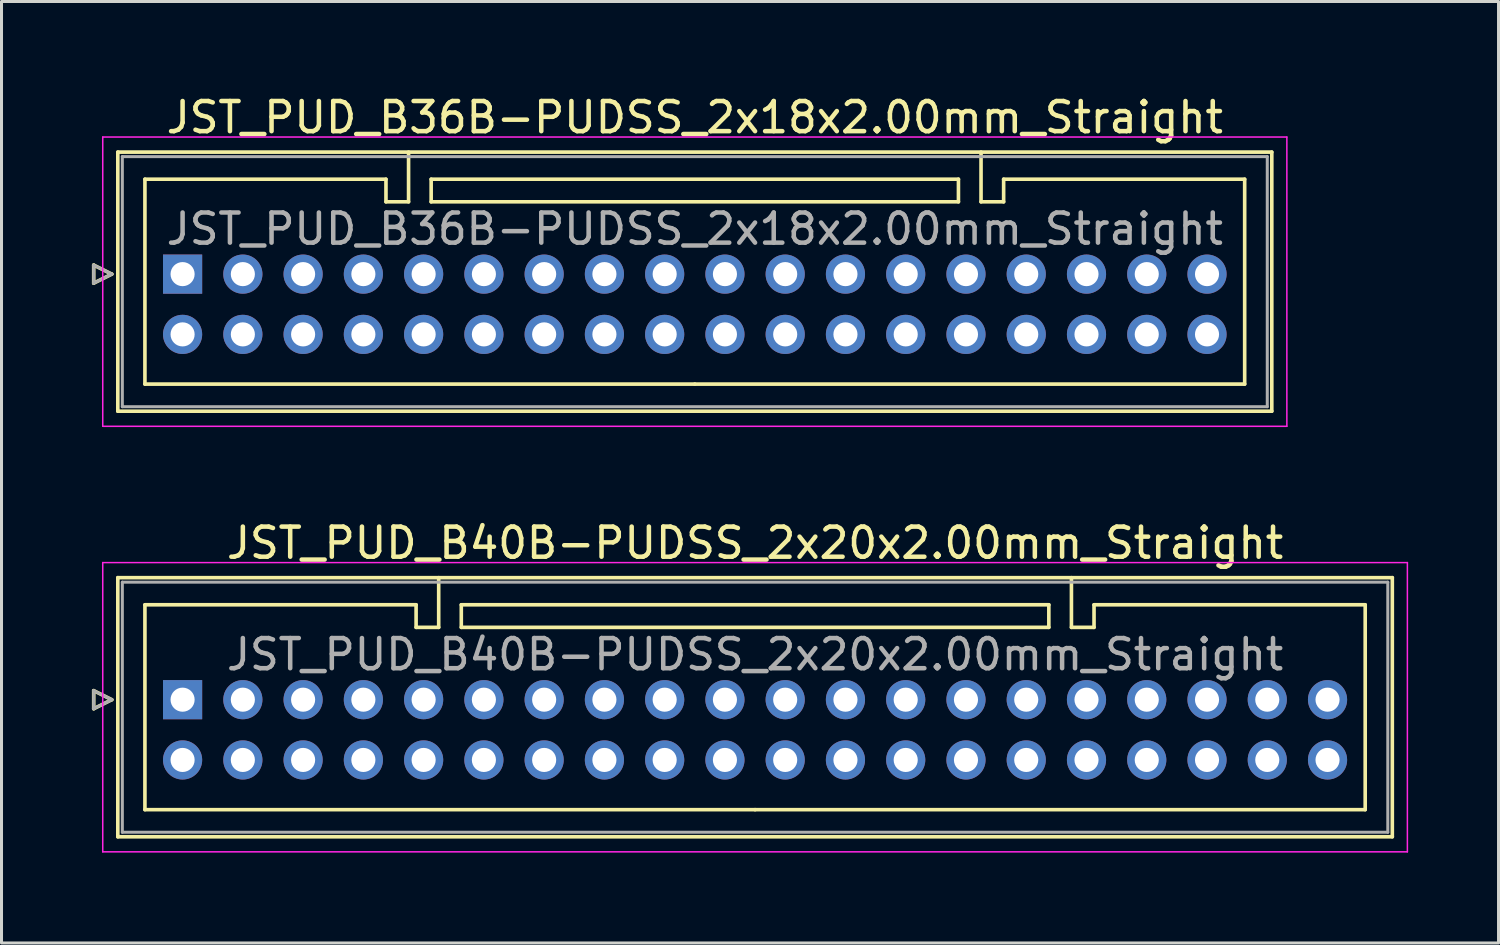
<source format=kicad_pcb>
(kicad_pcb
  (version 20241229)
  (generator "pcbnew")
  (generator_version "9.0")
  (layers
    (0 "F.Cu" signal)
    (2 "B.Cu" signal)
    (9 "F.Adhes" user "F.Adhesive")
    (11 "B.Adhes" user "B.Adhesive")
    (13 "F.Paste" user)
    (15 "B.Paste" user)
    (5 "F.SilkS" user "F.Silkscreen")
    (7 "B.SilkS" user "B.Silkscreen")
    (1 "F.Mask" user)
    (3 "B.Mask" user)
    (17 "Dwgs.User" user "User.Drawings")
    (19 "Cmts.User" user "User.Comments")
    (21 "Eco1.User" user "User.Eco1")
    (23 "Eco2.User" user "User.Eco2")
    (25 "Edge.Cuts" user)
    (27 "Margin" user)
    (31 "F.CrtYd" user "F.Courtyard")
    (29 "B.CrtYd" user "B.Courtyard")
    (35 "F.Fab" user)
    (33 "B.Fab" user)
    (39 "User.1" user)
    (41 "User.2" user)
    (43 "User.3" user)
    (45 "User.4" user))
  (footprint "JST_PUD_B40B-PUDSS_2x20x2.00mm_Straight"
    (layer "F.Cu")
    (at 3.01 20.172)
    (property "Reference" "JST_PUD_B40B-PUDSS_2x20x2.00mm_Straight" (at 19 -5.2 0) (layer "F.SilkS") (effects (font (size 1 1) (thickness 0.15))))
    (attr through_hole)
    (fp_line (start -2.95 -0.3) (end -2.35 0) (stroke (width 0.12) (type solid)) (layer "F.SilkS"))
    (fp_line (start -2.95 0.3) (end -2.95 -0.3) (stroke (width 0.12) (type solid)) (layer "F.SilkS"))
    (fp_line (start -2.35 0) (end -2.95 0.3) (stroke (width 0.12) (type solid)) (layer "F.SilkS"))
    (fp_line (start -2.15 -4.05) (end -2.15 4.55) (stroke (width 0.12) (type solid)) (layer "F.SilkS"))
    (fp_line (start -2.15 4.55) (end 40.15 4.55) (stroke (width 0.12) (type solid)) (layer "F.SilkS"))
    (fp_line (start -1.25 -3.15) (end -1.25 3.65) (stroke (width 0.12) (type solid)) (layer "F.SilkS"))
    (fp_line (start -1.25 3.65) (end 19 3.65) (stroke (width 0.12) (type solid)) (layer "F.SilkS"))
    (fp_line (start 7.75 -3.15) (end -1.25 -3.15) (stroke (width 0.12) (type solid)) (layer "F.SilkS"))
    (fp_line (start 7.75 -2.4) (end 7.75 -3.15) (stroke (width 0.12) (type solid)) (layer "F.SilkS"))
    (fp_line (start 8.5 -4.05) (end 8.5 -2.4) (stroke (width 0.12) (type solid)) (layer "F.SilkS"))
    (fp_line (start 8.5 -2.4) (end 7.75 -2.4) (stroke (width 0.12) (type solid)) (layer "F.SilkS"))
    (fp_line (start 9.25 -3.15) (end 9.25 -2.4) (stroke (width 0.12) (type solid)) (layer "F.SilkS"))
    (fp_line (start 9.25 -2.4) (end 28.75 -2.4) (stroke (width 0.12) (type solid)) (layer "F.SilkS"))
    (fp_line (start 28.75 -3.15) (end 9.25 -3.15) (stroke (width 0.12) (type solid)) (layer "F.SilkS"))
    (fp_line (start 28.75 -2.4) (end 28.75 -3.15) (stroke (width 0.12) (type solid)) (layer "F.SilkS"))
    (fp_line (start 29.5 -4.05) (end 29.5 -2.4) (stroke (width 0.12) (type solid)) (layer "F.SilkS"))
    (fp_line (start 29.5 -2.4) (end 30.25 -2.4) (stroke (width 0.12) (type solid)) (layer "F.SilkS"))
    (fp_line (start 30.25 -3.15) (end 39.25 -3.15) (stroke (width 0.12) (type solid)) (layer "F.SilkS"))
    (fp_line (start 30.25 -2.4) (end 30.25 -3.15) (stroke (width 0.12) (type solid)) (layer "F.SilkS"))
    (fp_line (start 39.25 -3.15) (end 39.25 3.65) (stroke (width 0.12) (type solid)) (layer "F.SilkS"))
    (fp_line (start 39.25 3.65) (end 19 3.65) (stroke (width 0.12) (type solid)) (layer "F.SilkS"))
    (fp_line (start 40.15 -4.05) (end -2.15 -4.05) (stroke (width 0.12) (type solid)) (layer "F.SilkS"))
    (fp_line (start 40.15 4.55) (end 40.15 -4.05) (stroke (width 0.12) (type solid)) (layer "F.SilkS"))
    (fp_line (start -2.65 -4.55) (end -2.65 5.05) (stroke (width 0.05) (type solid)) (layer "F.CrtYd"))
    (fp_line (start -2.65 5.05) (end 40.65 5.05) (stroke (width 0.05) (type solid)) (layer "F.CrtYd"))
    (fp_line (start 40.65 -4.55) (end -2.65 -4.55) (stroke (width 0.05) (type solid)) (layer "F.CrtYd"))
    (fp_line (start 40.65 5.05) (end 40.65 -4.55) (stroke (width 0.05) (type solid)) (layer "F.CrtYd"))
    (fp_line (start -2.95 -0.3) (end -2.35 0) (stroke (width 0.1) (type solid)) (layer "F.Fab"))
    (fp_line (start -2.95 0.3) (end -2.95 -0.3) (stroke (width 0.1) (type solid)) (layer "F.Fab"))
    (fp_line (start -2.35 0) (end -2.95 0.3) (stroke (width 0.1) (type solid)) (layer "F.Fab"))
    (fp_line (start -2 -3.9) (end -2 4.4) (stroke (width 0.1) (type solid)) (layer "F.Fab"))
    (fp_line (start -2 4.4) (end 40 4.4) (stroke (width 0.1) (type solid)) (layer "F.Fab"))
    (fp_line (start 40 -3.9) (end -2 -3.9) (stroke (width 0.1) (type solid)) (layer "F.Fab"))
    (fp_line (start 40 4.4) (end 40 -3.9) (stroke (width 0.1) (type solid)) (layer "F.Fab"))
    (fp_text user "${REFERENCE}" (at 19 -1.5 0) (layer "F.Fab") (effects (font (size 1 1) (thickness 0.15))))
    (pad "1" thru_hole rect (at 0 0) (size 1.3 1.3) (drill 0.8) (layers "*.Cu" "*.Mask"))
    (pad "2" thru_hole circle (at 0 2) (size 1.3 1.3) (drill 0.8) (layers "*.Cu" "*.Mask"))
    (pad "3" thru_hole circle (at 2 0) (size 1.3 1.3) (drill 0.8) (layers "*.Cu" "*.Mask"))
    (pad "4" thru_hole circle (at 2 2) (size 1.3 1.3) (drill 0.8) (layers "*.Cu" "*.Mask"))
    (pad "5" thru_hole circle (at 4 0) (size 1.3 1.3) (drill 0.8) (layers "*.Cu" "*.Mask"))
    (pad "6" thru_hole circle (at 4 2) (size 1.3 1.3) (drill 0.8) (layers "*.Cu" "*.Mask"))
    (pad "7" thru_hole circle (at 6 0) (size 1.3 1.3) (drill 0.8) (layers "*.Cu" "*.Mask"))
    (pad "8" thru_hole circle (at 6 2) (size 1.3 1.3) (drill 0.8) (layers "*.Cu" "*.Mask"))
    (pad "9" thru_hole circle (at 8 0) (size 1.3 1.3) (drill 0.8) (layers "*.Cu" "*.Mask"))
    (pad "10" thru_hole circle (at 8 2) (size 1.3 1.3) (drill 0.8) (layers "*.Cu" "*.Mask"))
    (pad "11" thru_hole circle (at 10 0) (size 1.3 1.3) (drill 0.8) (layers "*.Cu" "*.Mask"))
    (pad "12" thru_hole circle (at 10 2) (size 1.3 1.3) (drill 0.8) (layers "*.Cu" "*.Mask"))
    (pad "13" thru_hole circle (at 12 0) (size 1.3 1.3) (drill 0.8) (layers "*.Cu" "*.Mask"))
    (pad "14" thru_hole circle (at 12 2) (size 1.3 1.3) (drill 0.8) (layers "*.Cu" "*.Mask"))
    (pad "15" thru_hole circle (at 14 0) (size 1.3 1.3) (drill 0.8) (layers "*.Cu" "*.Mask"))
    (pad "16" thru_hole circle (at 14 2) (size 1.3 1.3) (drill 0.8) (layers "*.Cu" "*.Mask"))
    (pad "17" thru_hole circle (at 16 0) (size 1.3 1.3) (drill 0.8) (layers "*.Cu" "*.Mask"))
    (pad "18" thru_hole circle (at 16 2) (size 1.3 1.3) (drill 0.8) (layers "*.Cu" "*.Mask"))
    (pad "19" thru_hole circle (at 18 0) (size 1.3 1.3) (drill 0.8) (layers "*.Cu" "*.Mask"))
    (pad "20" thru_hole circle (at 18 2) (size 1.3 1.3) (drill 0.8) (layers "*.Cu" "*.Mask"))
    (pad "21" thru_hole circle (at 20 0) (size 1.3 1.3) (drill 0.8) (layers "*.Cu" "*.Mask"))
    (pad "22" thru_hole circle (at 20 2) (size 1.3 1.3) (drill 0.8) (layers "*.Cu" "*.Mask"))
    (pad "23" thru_hole circle (at 22 0) (size 1.3 1.3) (drill 0.8) (layers "*.Cu" "*.Mask"))
    (pad "24" thru_hole circle (at 22 2) (size 1.3 1.3) (drill 0.8) (layers "*.Cu" "*.Mask"))
    (pad "25" thru_hole circle (at 24 0) (size 1.3 1.3) (drill 0.8) (layers "*.Cu" "*.Mask"))
    (pad "26" thru_hole circle (at 24 2) (size 1.3 1.3) (drill 0.8) (layers "*.Cu" "*.Mask"))
    (pad "27" thru_hole circle (at 26 0) (size 1.3 1.3) (drill 0.8) (layers "*.Cu" "*.Mask"))
    (pad "28" thru_hole circle (at 26 2) (size 1.3 1.3) (drill 0.8) (layers "*.Cu" "*.Mask"))
    (pad "29" thru_hole circle (at 28 0) (size 1.3 1.3) (drill 0.8) (layers "*.Cu" "*.Mask"))
    (pad "30" thru_hole circle (at 28 2) (size 1.3 1.3) (drill 0.8) (layers "*.Cu" "*.Mask"))
    (pad "31" thru_hole circle (at 30 0) (size 1.3 1.3) (drill 0.8) (layers "*.Cu" "*.Mask"))
    (pad "32" thru_hole circle (at 30 2) (size 1.3 1.3) (drill 0.8) (layers "*.Cu" "*.Mask"))
    (pad "33" thru_hole circle (at 32 0) (size 1.3 1.3) (drill 0.8) (layers "*.Cu" "*.Mask"))
    (pad "34" thru_hole circle (at 32 2) (size 1.3 1.3) (drill 0.8) (layers "*.Cu" "*.Mask"))
    (pad "35" thru_hole circle (at 34 0) (size 1.3 1.3) (drill 0.8) (layers "*.Cu" "*.Mask"))
    (pad "36" thru_hole circle (at 34 2) (size 1.3 1.3) (drill 0.8) (layers "*.Cu" "*.Mask"))
    (pad "37" thru_hole circle (at 36 0) (size 1.3 1.3) (drill 0.8) (layers "*.Cu" "*.Mask"))
    (pad "38" thru_hole circle (at 36 2) (size 1.3 1.3) (drill 0.8) (layers "*.Cu" "*.Mask"))
    (pad "39" thru_hole circle (at 38 0) (size 1.3 1.3) (drill 0.8) (layers "*.Cu" "*.Mask"))
    (pad "40" thru_hole circle (at 38 2) (size 1.3 1.3) (drill 0.8) (layers "*.Cu" "*.Mask")))
  (footprint "JST_PUD_B36B-PUDSS_2x18x2.00mm_Straight"
    (layer "F.Cu")
    (at 3.01 6.048)
    (property "Reference" "JST_PUD_B36B-PUDSS_2x18x2.00mm_Straight" (at 17 -5.2 0) (layer "F.SilkS") (effects (font (size 1 1) (thickness 0.15))))
    (attr through_hole)
    (fp_line (start -2.95 -0.3) (end -2.35 0) (stroke (width 0.12) (type solid)) (layer "F.SilkS"))
    (fp_line (start -2.95 0.3) (end -2.95 -0.3) (stroke (width 0.12) (type solid)) (layer "F.SilkS"))
    (fp_line (start -2.35 0) (end -2.95 0.3) (stroke (width 0.12) (type solid)) (layer "F.SilkS"))
    (fp_line (start -2.15 -4.05) (end -2.15 4.55) (stroke (width 0.12) (type solid)) (layer "F.SilkS"))
    (fp_line (start -2.15 4.55) (end 36.15 4.55) (stroke (width 0.12) (type solid)) (layer "F.SilkS"))
    (fp_line (start -1.25 -3.15) (end -1.25 3.65) (stroke (width 0.12) (type solid)) (layer "F.SilkS"))
    (fp_line (start -1.25 3.65) (end 17 3.65) (stroke (width 0.12) (type solid)) (layer "F.SilkS"))
    (fp_line (start 6.75 -3.15) (end -1.25 -3.15) (stroke (width 0.12) (type solid)) (layer "F.SilkS"))
    (fp_line (start 6.75 -2.4) (end 6.75 -3.15) (stroke (width 0.12) (type solid)) (layer "F.SilkS"))
    (fp_line (start 7.5 -4.05) (end 7.5 -2.4) (stroke (width 0.12) (type solid)) (layer "F.SilkS"))
    (fp_line (start 7.5 -2.4) (end 6.75 -2.4) (stroke (width 0.12) (type solid)) (layer "F.SilkS"))
    (fp_line (start 8.25 -3.15) (end 8.25 -2.4) (stroke (width 0.12) (type solid)) (layer "F.SilkS"))
    (fp_line (start 8.25 -2.4) (end 25.75 -2.4) (stroke (width 0.12) (type solid)) (layer "F.SilkS"))
    (fp_line (start 25.75 -3.15) (end 8.25 -3.15) (stroke (width 0.12) (type solid)) (layer "F.SilkS"))
    (fp_line (start 25.75 -2.4) (end 25.75 -3.15) (stroke (width 0.12) (type solid)) (layer "F.SilkS"))
    (fp_line (start 26.5 -4.05) (end 26.5 -2.4) (stroke (width 0.12) (type solid)) (layer "F.SilkS"))
    (fp_line (start 26.5 -2.4) (end 27.25 -2.4) (stroke (width 0.12) (type solid)) (layer "F.SilkS"))
    (fp_line (start 27.25 -3.15) (end 35.25 -3.15) (stroke (width 0.12) (type solid)) (layer "F.SilkS"))
    (fp_line (start 27.25 -2.4) (end 27.25 -3.15) (stroke (width 0.12) (type solid)) (layer "F.SilkS"))
    (fp_line (start 35.25 -3.15) (end 35.25 3.65) (stroke (width 0.12) (type solid)) (layer "F.SilkS"))
    (fp_line (start 35.25 3.65) (end 17 3.65) (stroke (width 0.12) (type solid)) (layer "F.SilkS"))
    (fp_line (start 36.15 -4.05) (end -2.15 -4.05) (stroke (width 0.12) (type solid)) (layer "F.SilkS"))
    (fp_line (start 36.15 4.55) (end 36.15 -4.05) (stroke (width 0.12) (type solid)) (layer "F.SilkS"))
    (fp_line (start -2.65 -4.55) (end -2.65 5.05) (stroke (width 0.05) (type solid)) (layer "F.CrtYd"))
    (fp_line (start -2.65 5.05) (end 36.65 5.05) (stroke (width 0.05) (type solid)) (layer "F.CrtYd"))
    (fp_line (start 36.65 -4.55) (end -2.65 -4.55) (stroke (width 0.05) (type solid)) (layer "F.CrtYd"))
    (fp_line (start 36.65 5.05) (end 36.65 -4.55) (stroke (width 0.05) (type solid)) (layer "F.CrtYd"))
    (fp_line (start -2.95 -0.3) (end -2.35 0) (stroke (width 0.1) (type solid)) (layer "F.Fab"))
    (fp_line (start -2.95 0.3) (end -2.95 -0.3) (stroke (width 0.1) (type solid)) (layer "F.Fab"))
    (fp_line (start -2.35 0) (end -2.95 0.3) (stroke (width 0.1) (type solid)) (layer "F.Fab"))
    (fp_line (start -2 -3.9) (end -2 4.4) (stroke (width 0.1) (type solid)) (layer "F.Fab"))
    (fp_line (start -2 4.4) (end 36 4.4) (stroke (width 0.1) (type solid)) (layer "F.Fab"))
    (fp_line (start 36 -3.9) (end -2 -3.9) (stroke (width 0.1) (type solid)) (layer "F.Fab"))
    (fp_line (start 36 4.4) (end 36 -3.9) (stroke (width 0.1) (type solid)) (layer "F.Fab"))
    (fp_text user "${REFERENCE}" (at 17 -1.5 0) (layer "F.Fab") (effects (font (size 1 1) (thickness 0.15))))
    (pad "1" thru_hole rect (at 0 0) (size 1.3 1.3) (drill 0.8) (layers "*.Cu" "*.Mask"))
    (pad "2" thru_hole circle (at 0 2) (size 1.3 1.3) (drill 0.8) (layers "*.Cu" "*.Mask"))
    (pad "3" thru_hole circle (at 2 0) (size 1.3 1.3) (drill 0.8) (layers "*.Cu" "*.Mask"))
    (pad "4" thru_hole circle (at 2 2) (size 1.3 1.3) (drill 0.8) (layers "*.Cu" "*.Mask"))
    (pad "5" thru_hole circle (at 4 0) (size 1.3 1.3) (drill 0.8) (layers "*.Cu" "*.Mask"))
    (pad "6" thru_hole circle (at 4 2) (size 1.3 1.3) (drill 0.8) (layers "*.Cu" "*.Mask"))
    (pad "7" thru_hole circle (at 6 0) (size 1.3 1.3) (drill 0.8) (layers "*.Cu" "*.Mask"))
    (pad "8" thru_hole circle (at 6 2) (size 1.3 1.3) (drill 0.8) (layers "*.Cu" "*.Mask"))
    (pad "9" thru_hole circle (at 8 0) (size 1.3 1.3) (drill 0.8) (layers "*.Cu" "*.Mask"))
    (pad "10" thru_hole circle (at 8 2) (size 1.3 1.3) (drill 0.8) (layers "*.Cu" "*.Mask"))
    (pad "11" thru_hole circle (at 10 0) (size 1.3 1.3) (drill 0.8) (layers "*.Cu" "*.Mask"))
    (pad "12" thru_hole circle (at 10 2) (size 1.3 1.3) (drill 0.8) (layers "*.Cu" "*.Mask"))
    (pad "13" thru_hole circle (at 12 0) (size 1.3 1.3) (drill 0.8) (layers "*.Cu" "*.Mask"))
    (pad "14" thru_hole circle (at 12 2) (size 1.3 1.3) (drill 0.8) (layers "*.Cu" "*.Mask"))
    (pad "15" thru_hole circle (at 14 0) (size 1.3 1.3) (drill 0.8) (layers "*.Cu" "*.Mask"))
    (pad "16" thru_hole circle (at 14 2) (size 1.3 1.3) (drill 0.8) (layers "*.Cu" "*.Mask"))
    (pad "17" thru_hole circle (at 16 0) (size 1.3 1.3) (drill 0.8) (layers "*.Cu" "*.Mask"))
    (pad "18" thru_hole circle (at 16 2) (size 1.3 1.3) (drill 0.8) (layers "*.Cu" "*.Mask"))
    (pad "19" thru_hole circle (at 18 0) (size 1.3 1.3) (drill 0.8) (layers "*.Cu" "*.Mask"))
    (pad "20" thru_hole circle (at 18 2) (size 1.3 1.3) (drill 0.8) (layers "*.Cu" "*.Mask"))
    (pad "21" thru_hole circle (at 20 0) (size 1.3 1.3) (drill 0.8) (layers "*.Cu" "*.Mask"))
    (pad "22" thru_hole circle (at 20 2) (size 1.3 1.3) (drill 0.8) (layers "*.Cu" "*.Mask"))
    (pad "23" thru_hole circle (at 22 0) (size 1.3 1.3) (drill 0.8) (layers "*.Cu" "*.Mask"))
    (pad "24" thru_hole circle (at 22 2) (size 1.3 1.3) (drill 0.8) (layers "*.Cu" "*.Mask"))
    (pad "25" thru_hole circle (at 24 0) (size 1.3 1.3) (drill 0.8) (layers "*.Cu" "*.Mask"))
    (pad "26" thru_hole circle (at 24 2) (size 1.3 1.3) (drill 0.8) (layers "*.Cu" "*.Mask"))
    (pad "27" thru_hole circle (at 26 0) (size 1.3 1.3) (drill 0.8) (layers "*.Cu" "*.Mask"))
    (pad "28" thru_hole circle (at 26 2) (size 1.3 1.3) (drill 0.8) (layers "*.Cu" "*.Mask"))
    (pad "29" thru_hole circle (at 28 0) (size 1.3 1.3) (drill 0.8) (layers "*.Cu" "*.Mask"))
    (pad "30" thru_hole circle (at 28 2) (size 1.3 1.3) (drill 0.8) (layers "*.Cu" "*.Mask"))
    (pad "31" thru_hole circle (at 30 0) (size 1.3 1.3) (drill 0.8) (layers "*.Cu" "*.Mask"))
    (pad "32" thru_hole circle (at 30 2) (size 1.3 1.3) (drill 0.8) (layers "*.Cu" "*.Mask"))
    (pad "33" thru_hole circle (at 32 0) (size 1.3 1.3) (drill 0.8) (layers "*.Cu" "*.Mask"))
    (pad "34" thru_hole circle (at 32 2) (size 1.3 1.3) (drill 0.8) (layers "*.Cu" "*.Mask"))
    (pad "35" thru_hole circle (at 34 0) (size 1.3 1.3) (drill 0.8) (layers "*.Cu" "*.Mask"))
    (pad "36" thru_hole circle (at 34 2) (size 1.3 1.3) (drill 0.8) (layers "*.Cu" "*.Mask")))
  (gr_rect
    (start -3 -3)
    (end 46.685 28.247)
    (stroke (width 0.1) (type default))
    (fill no)
    (layer "Edge.Cuts")))
</source>
